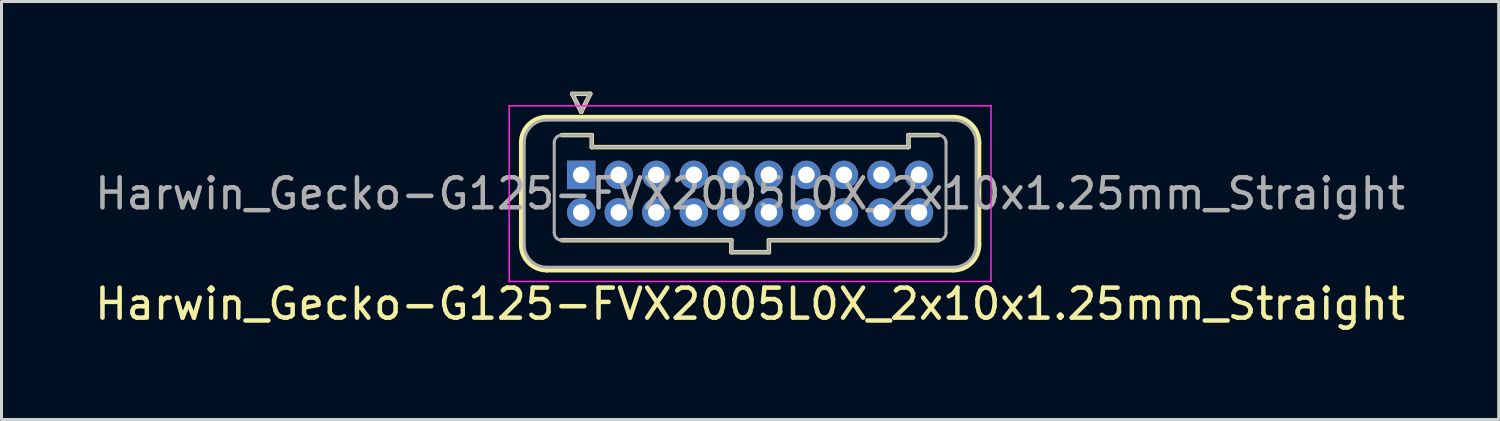
<source format=kicad_pcb>
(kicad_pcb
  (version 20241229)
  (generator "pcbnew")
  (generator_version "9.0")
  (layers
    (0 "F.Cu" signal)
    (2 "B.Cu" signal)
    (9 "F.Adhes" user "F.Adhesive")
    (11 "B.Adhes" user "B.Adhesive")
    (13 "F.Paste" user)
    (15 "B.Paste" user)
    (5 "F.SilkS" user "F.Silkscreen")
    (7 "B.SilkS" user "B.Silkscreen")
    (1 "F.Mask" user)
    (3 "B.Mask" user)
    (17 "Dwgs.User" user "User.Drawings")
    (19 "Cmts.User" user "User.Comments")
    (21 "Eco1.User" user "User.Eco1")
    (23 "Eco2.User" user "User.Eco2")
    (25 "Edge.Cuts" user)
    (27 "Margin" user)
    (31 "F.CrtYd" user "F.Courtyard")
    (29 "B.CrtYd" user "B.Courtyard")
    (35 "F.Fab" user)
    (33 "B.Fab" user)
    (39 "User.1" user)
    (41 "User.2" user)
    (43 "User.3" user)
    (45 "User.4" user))
  (footprint "Harwin_Gecko-G125-FVX2005L0X_2x10x1.25mm_Straight"
    (layer "F.Cu")
    (at 16.31 2.775)
    (property "Reference" "Harwin_Gecko-G125-FVX2005L0X_2x10x1.25mm_Straight" (at 5.625 4.3 0) (layer "F.SilkS") (effects (font (size 1 1) (thickness 0.15))))
    (attr through_hole)
    (fp_line (start -2 -1.075) (end -2 2.325) (stroke (width 0.15) (type solid)) (layer "F.SilkS"))
    (fp_line (start -1.15 -1.925) (end 12.4 -1.925) (stroke (width 0.15) (type solid)) (layer "F.SilkS"))
    (fp_line (start -1.15 3.175) (end 12.4 3.175) (stroke (width 0.15) (type solid)) (layer "F.SilkS"))
    (fp_line (start -0.65 -1.325) (end 0.35 -1.325) (stroke (width 0.15) (type solid)) (layer "F.SilkS"))
    (fp_line (start -0.65 2.175) (end 5 2.175) (stroke (width 0.15) (type solid)) (layer "F.SilkS"))
    (fp_line (start -0.3 -2.7) (end 0.3 -2.7) (stroke (width 0.15) (type solid)) (layer "F.SilkS"))
    (fp_line (start 0 -2.1) (end -0.3 -2.7) (stroke (width 0.15) (type solid)) (layer "F.SilkS"))
    (fp_line (start 0.3 -2.7) (end 0 -2.1) (stroke (width 0.15) (type solid)) (layer "F.SilkS"))
    (fp_line (start 0.35 -1.325) (end 0.35 -0.925) (stroke (width 0.15) (type solid)) (layer "F.SilkS"))
    (fp_line (start 0.35 -0.925) (end 10.9 -0.925) (stroke (width 0.15) (type solid)) (layer "F.SilkS"))
    (fp_line (start 5 2.175) (end 5 2.575) (stroke (width 0.15) (type solid)) (layer "F.SilkS"))
    (fp_line (start 5 2.575) (end 6.25 2.575) (stroke (width 0.15) (type solid)) (layer "F.SilkS"))
    (fp_line (start 6.25 2.175) (end 11.9 2.175) (stroke (width 0.15) (type solid)) (layer "F.SilkS"))
    (fp_line (start 6.25 2.575) (end 6.25 2.175) (stroke (width 0.15) (type solid)) (layer "F.SilkS"))
    (fp_line (start 10.9 -1.325) (end 11.9 -1.325) (stroke (width 0.15) (type solid)) (layer "F.SilkS"))
    (fp_line (start 10.9 -0.925) (end 10.9 -1.325) (stroke (width 0.15) (type solid)) (layer "F.SilkS"))
    (fp_line (start 13.25 -1.075) (end 13.25 2.325) (stroke (width 0.15) (type solid)) (layer "F.SilkS"))
    (fp_arc (start -2 -1.075) (mid -1.751041 -1.676041) (end -1.15 -1.925) (stroke (width 0.15) (type solid)) (layer "F.SilkS"))
    (fp_arc (start -1.15 3.175) (mid -1.751041 2.926041) (end -2 2.325) (stroke (width 0.15) (type solid)) (layer "F.SilkS"))
    (fp_arc (start 12.4 -1.925) (mid 13.001041 -1.676041) (end 13.25 -1.075) (stroke (width 0.15) (type solid)) (layer "F.SilkS"))
    (fp_arc (start 13.25 2.325) (mid 13.001041 2.926041) (end 12.4 3.175) (stroke (width 0.15) (type solid)) (layer "F.SilkS"))
    (fp_line (start -2.4 -2.3) (end -2.4 3.55) (stroke (width 0.05) (type solid)) (layer "F.CrtYd"))
    (fp_line (start -2.4 3.55) (end 13.65 3.55) (stroke (width 0.05) (type solid)) (layer "F.CrtYd"))
    (fp_line (start 13.65 -2.3) (end -2.4 -2.3) (stroke (width 0.05) (type solid)) (layer "F.CrtYd"))
    (fp_line (start 13.65 3.55) (end 13.65 -2.3) (stroke (width 0.05) (type solid)) (layer "F.CrtYd"))
    (fp_line (start -1.9 -1.075) (end -1.9 2.325) (stroke (width 0.1) (type solid)) (layer "F.Fab"))
    (fp_line (start -1.15 -1.825) (end 12.4 -1.825) (stroke (width 0.1) (type solid)) (layer "F.Fab"))
    (fp_line (start -1.15 3.075) (end 12.4 3.075) (stroke (width 0.1) (type solid)) (layer "F.Fab"))
    (fp_line (start -0.9 -1.075) (end -0.9 1.925) (stroke (width 0.1) (type solid)) (layer "F.Fab"))
    (fp_line (start -0.65 -1.325) (end 0.35 -1.325) (stroke (width 0.1) (type solid)) (layer "F.Fab"))
    (fp_line (start -0.65 2.175) (end 5 2.175) (stroke (width 0.1) (type solid)) (layer "F.Fab"))
    (fp_line (start -0.3 -2.7) (end 0.3 -2.7) (stroke (width 0.1) (type solid)) (layer "F.Fab"))
    (fp_line (start 0 -2.1) (end -0.3 -2.7) (stroke (width 0.1) (type solid)) (layer "F.Fab"))
    (fp_line (start 0.3 -2.7) (end 0 -2.1) (stroke (width 0.1) (type solid)) (layer "F.Fab"))
    (fp_line (start 0.35 -1.325) (end 0.35 -0.925) (stroke (width 0.1) (type solid)) (layer "F.Fab"))
    (fp_line (start 0.35 -0.925) (end 10.9 -0.925) (stroke (width 0.1) (type solid)) (layer "F.Fab"))
    (fp_line (start 5 2.175) (end 5 2.575) (stroke (width 0.1) (type solid)) (layer "F.Fab"))
    (fp_line (start 5 2.575) (end 6.25 2.575) (stroke (width 0.1) (type solid)) (layer "F.Fab"))
    (fp_line (start 6.25 2.175) (end 11.9 2.175) (stroke (width 0.1) (type solid)) (layer "F.Fab"))
    (fp_line (start 6.25 2.575) (end 6.25 2.175) (stroke (width 0.1) (type solid)) (layer "F.Fab"))
    (fp_line (start 10.9 -1.325) (end 11.9 -1.325) (stroke (width 0.1) (type solid)) (layer "F.Fab"))
    (fp_line (start 10.9 -0.925) (end 10.9 -1.325) (stroke (width 0.1) (type solid)) (layer "F.Fab"))
    (fp_line (start 12.15 -1.075) (end 12.15 1.925) (stroke (width 0.1) (type solid)) (layer "F.Fab"))
    (fp_line (start 13.15 -1.075) (end 13.15 2.325) (stroke (width 0.1) (type solid)) (layer "F.Fab"))
    (fp_arc (start -1.9 -1.075) (mid -1.68033 -1.60533) (end -1.15 -1.825) (stroke (width 0.1) (type solid)) (layer "F.Fab"))
    (fp_arc (start -1.15 3.075) (mid -1.68033 2.85533) (end -1.9 2.325) (stroke (width 0.1) (type solid)) (layer "F.Fab"))
    (fp_arc (start -0.9 -1.075) (mid -0.826777 -1.251777) (end -0.65 -1.325) (stroke (width 0.1) (type solid)) (layer "F.Fab"))
    (fp_arc (start -0.65 2.175) (mid -0.826777 2.101777) (end -0.9 1.925) (stroke (width 0.1) (type solid)) (layer "F.Fab"))
    (fp_arc (start 11.9 -1.325) (mid 12.076777 -1.251777) (end 12.15 -1.075) (stroke (width 0.1) (type solid)) (layer "F.Fab"))
    (fp_arc (start 12.15 1.925) (mid 12.076777 2.101777) (end 11.9 2.175) (stroke (width 0.1) (type solid)) (layer "F.Fab"))
    (fp_arc (start 12.4 -1.825) (mid 12.93033 -1.60533) (end 13.15 -1.075) (stroke (width 0.1) (type solid)) (layer "F.Fab"))
    (fp_arc (start 13.15 2.325) (mid 12.93033 2.85533) (end 12.4 3.075) (stroke (width 0.1) (type solid)) (layer "F.Fab"))
    (fp_text user "${REFERENCE}" (at 5.625 0.625 0) (layer "F.Fab") (effects (font (size 1 1) (thickness 0.15))))
    (pad "1" thru_hole rect (at 0 0) (size 0.95 0.95) (drill 0.55) (layers "*.Cu" "*.Mask"))
    (pad "2" thru_hole circle (at 1.25 0) (size 0.95 0.95) (drill 0.55) (layers "*.Cu" "*.Mask"))
    (pad "3" thru_hole circle (at 2.5 0) (size 0.95 0.95) (drill 0.55) (layers "*.Cu" "*.Mask"))
    (pad "4" thru_hole circle (at 3.75 0) (size 0.95 0.95) (drill 0.55) (layers "*.Cu" "*.Mask"))
    (pad "5" thru_hole circle (at 5 0) (size 0.95 0.95) (drill 0.55) (layers "*.Cu" "*.Mask"))
    (pad "6" thru_hole circle (at 6.25 0) (size 0.95 0.95) (drill 0.55) (layers "*.Cu" "*.Mask"))
    (pad "7" thru_hole circle (at 7.5 0) (size 0.95 0.95) (drill 0.55) (layers "*.Cu" "*.Mask"))
    (pad "8" thru_hole circle (at 8.75 0) (size 0.95 0.95) (drill 0.55) (layers "*.Cu" "*.Mask"))
    (pad "9" thru_hole circle (at 10 0) (size 0.95 0.95) (drill 0.55) (layers "*.Cu" "*.Mask"))
    (pad "10" thru_hole circle (at 11.25 0) (size 0.95 0.95) (drill 0.55) (layers "*.Cu" "*.Mask"))
    (pad "11" thru_hole circle (at 0 1.25) (size 0.95 0.95) (drill 0.55) (layers "*.Cu" "*.Mask"))
    (pad "12" thru_hole circle (at 1.25 1.25) (size 0.95 0.95) (drill 0.55) (layers "*.Cu" "*.Mask"))
    (pad "13" thru_hole circle (at 2.5 1.25) (size 0.95 0.95) (drill 0.55) (layers "*.Cu" "*.Mask"))
    (pad "14" thru_hole circle (at 3.75 1.25) (size 0.95 0.95) (drill 0.55) (layers "*.Cu" "*.Mask"))
    (pad "15" thru_hole circle (at 5 1.25) (size 0.95 0.95) (drill 0.55) (layers "*.Cu" "*.Mask"))
    (pad "16" thru_hole circle (at 6.25 1.25) (size 0.95 0.95) (drill 0.55) (layers "*.Cu" "*.Mask"))
    (pad "17" thru_hole circle (at 7.5 1.25) (size 0.95 0.95) (drill 0.55) (layers "*.Cu" "*.Mask"))
    (pad "18" thru_hole circle (at 8.75 1.25) (size 0.95 0.95) (drill 0.55) (layers "*.Cu" "*.Mask"))
    (pad "18" thru_hole circle (at 10 1.25) (size 0.95 0.95) (drill 0.55) (layers "*.Cu" "*.Mask"))
    (pad "20" thru_hole circle (at 11.25 1.25) (size 0.95 0.95) (drill 0.55) (layers "*.Cu" "*.Mask")))
  (gr_rect
    (start -3 -3)
    (end 46.869 10.923)
    (stroke (width 0.1) (type default))
    (fill no)
    (layer "Edge.Cuts")))
</source>
